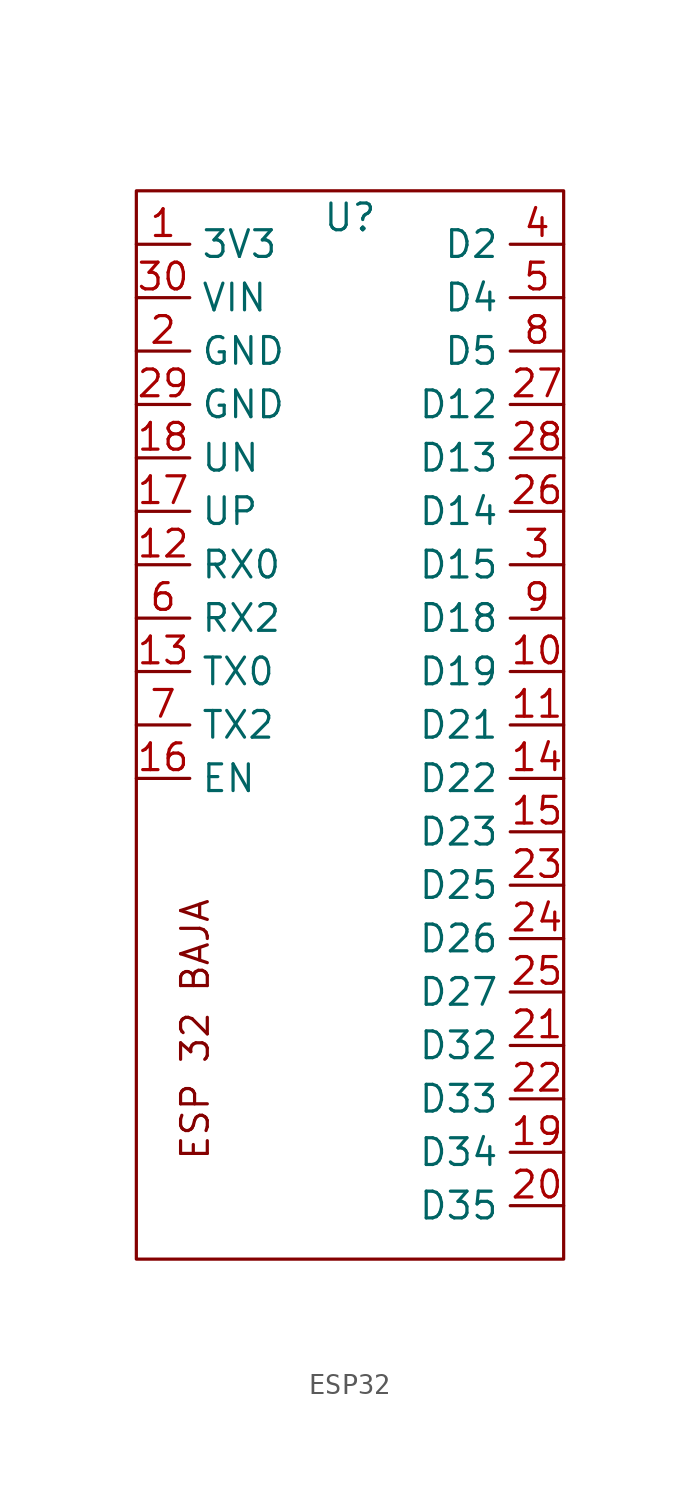
<source format=kicad_sym>
(kicad_symbol_lib
  (version 20231120)
  (generator "kicad_symbol_editor")
  (generator_version "8.0")
  (symbol "ESP32"
    (property "Reference" "U"
      (at 0 0 0)
      (effects (font (size 1.27 1.27))))
    (property "Value" ""
      (at 0 0 0)
      (effects (font (size 1.27 1.27))))
    (symbol "ESP32_0_1"
      (rectangle (start -10.16 1.27) (end 10.16 -49.53) (stroke (width 0) (type default)) (fill (type none))))
    (symbol "ESP32_1_1"
      (text "ESP 32 BAJA\n" (at -7.366 -38.608 900) (effects (font (size 1.27 1.27))))
      (pin power_in line (at -10.16 -1.27 0) (length 2.54) (name "3V3" (effects (font (size 1.27 1.27)))) (number "1" (effects (font (size 1.27 1.27)))))
      (pin bidirectional line (at 10.16 -21.59 180) (length 2.54) (name "D19" (effects (font (size 1.27 1.27)))) (number "10" (effects (font (size 1.27 1.27)))))
      (pin bidirectional line (at 10.16 -24.13 180) (length 2.54) (name "D21" (effects (font (size 1.27 1.27)))) (number "11" (effects (font (size 1.27 1.27)))))
      (pin input line (at -10.16 -16.51 0) (length 2.54) (name "RX0" (effects (font (size 1.27 1.27)))) (number "12" (effects (font (size 1.27 1.27)))))
      (pin output line (at -10.16 -21.59 0) (length 2.54) (name "TX0" (effects (font (size 1.27 1.27)))) (number "13" (effects (font (size 1.27 1.27)))))
      (pin bidirectional line (at 10.16 -26.67 180) (length 2.54) (name "D22" (effects (font (size 1.27 1.27)))) (number "14" (effects (font (size 1.27 1.27)))))
      (pin bidirectional line (at 10.16 -29.21 180) (length 2.54) (name "D23" (effects (font (size 1.27 1.27)))) (number "15" (effects (font (size 1.27 1.27)))))
      (pin bidirectional line (at -10.16 -26.67 0) (length 2.54) (name "EN" (effects (font (size 1.27 1.27)))) (number "16" (effects (font (size 1.27 1.27)))))
      (pin passive line (at -10.16 -13.97 0) (length 2.54) (name "UP" (effects (font (size 1.27 1.27)))) (number "17" (effects (font (size 1.27 1.27)))))
      (pin free line (at -10.16 -11.43 0) (length 2.54) (name "UN" (effects (font (size 1.27 1.27)))) (number "18" (effects (font (size 1.27 1.27)))))
      (pin bidirectional line (at 10.16 -44.45 180) (length 2.54) (name "D34" (effects (font (size 1.27 1.27)))) (number "19" (effects (font (size 1.27 1.27)))))
      (pin power_in line (at -10.16 -6.35 0) (length 2.54) (name "GND" (effects (font (size 1.27 1.27)))) (number "2" (effects (font (size 1.27 1.27)))))
      (pin bidirectional line (at 10.16 -46.99 180) (length 2.54) (name "D35" (effects (font (size 1.27 1.27)))) (number "20" (effects (font (size 1.27 1.27)))))
      (pin bidirectional line (at 10.16 -39.37 180) (length 2.54) (name "D32" (effects (font (size 1.27 1.27)))) (number "21" (effects (font (size 1.27 1.27)))))
      (pin bidirectional line (at 10.16 -41.91 180) (length 2.54) (name "D33" (effects (font (size 1.27 1.27)))) (number "22" (effects (font (size 1.27 1.27)))))
      (pin bidirectional line (at 10.16 -31.75 180) (length 2.54) (name "D25" (effects (font (size 1.27 1.27)))) (number "23" (effects (font (size 1.27 1.27)))))
      (pin bidirectional line (at 10.16 -34.29 180) (length 2.54) (name "D26" (effects (font (size 1.27 1.27)))) (number "24" (effects (font (size 1.27 1.27)))))
      (pin bidirectional line (at 10.16 -36.83 180) (length 2.54) (name "D27" (effects (font (size 1.27 1.27)))) (number "25" (effects (font (size 1.27 1.27)))))
      (pin bidirectional line (at 10.16 -13.97 180) (length 2.54) (name "D14" (effects (font (size 1.27 1.27)))) (number "26" (effects (font (size 1.27 1.27)))))
      (pin bidirectional line (at 10.16 -8.89 180) (length 2.54) (name "D12" (effects (font (size 1.27 1.27)))) (number "27" (effects (font (size 1.27 1.27)))))
      (pin bidirectional line (at 10.16 -11.43 180) (length 2.54) (name "D13" (effects (font (size 1.27 1.27)))) (number "28" (effects (font (size 1.27 1.27)))))
      (pin power_in line (at -10.16 -8.89 0) (length 2.54) (name "GND" (effects (font (size 1.27 1.27)))) (number "29" (effects (font (size 1.27 1.27)))))
      (pin bidirectional line (at 10.16 -16.51 180) (length 2.54) (name "D15" (effects (font (size 1.27 1.27)))) (number "3" (effects (font (size 1.27 1.27)))))
      (pin power_in line (at -10.16 -3.81 0) (length 2.54) (name "VIN" (effects (font (size 1.27 1.27)))) (number "30" (effects (font (size 1.27 1.27)))))
      (pin bidirectional line (at 10.16 -1.27 180) (length 2.54) (name "D2" (effects (font (size 1.27 1.27)))) (number "4" (effects (font (size 1.27 1.27)))))
      (pin bidirectional line (at 10.16 -3.81 180) (length 2.54) (name "D4" (effects (font (size 1.27 1.27)))) (number "5" (effects (font (size 1.27 1.27)))))
      (pin input line (at -10.16 -19.05 0) (length 2.54) (name "RX2" (effects (font (size 1.27 1.27)))) (number "6" (effects (font (size 1.27 1.27)))))
      (pin output line (at -10.16 -24.13 0) (length 2.54) (name "TX2" (effects (font (size 1.27 1.27)))) (number "7" (effects (font (size 1.27 1.27)))))
      (pin bidirectional line (at 10.16 -6.35 180) (length 2.54) (name "D5" (effects (font (size 1.27 1.27)))) (number "8" (effects (font (size 1.27 1.27)))))
      (pin bidirectional line (at 10.16 -19.05 180) (length 2.54) (name "D18" (effects (font (size 1.27 1.27)))) (number "9" (effects (font (size 1.27 1.27))))))))
</source>
